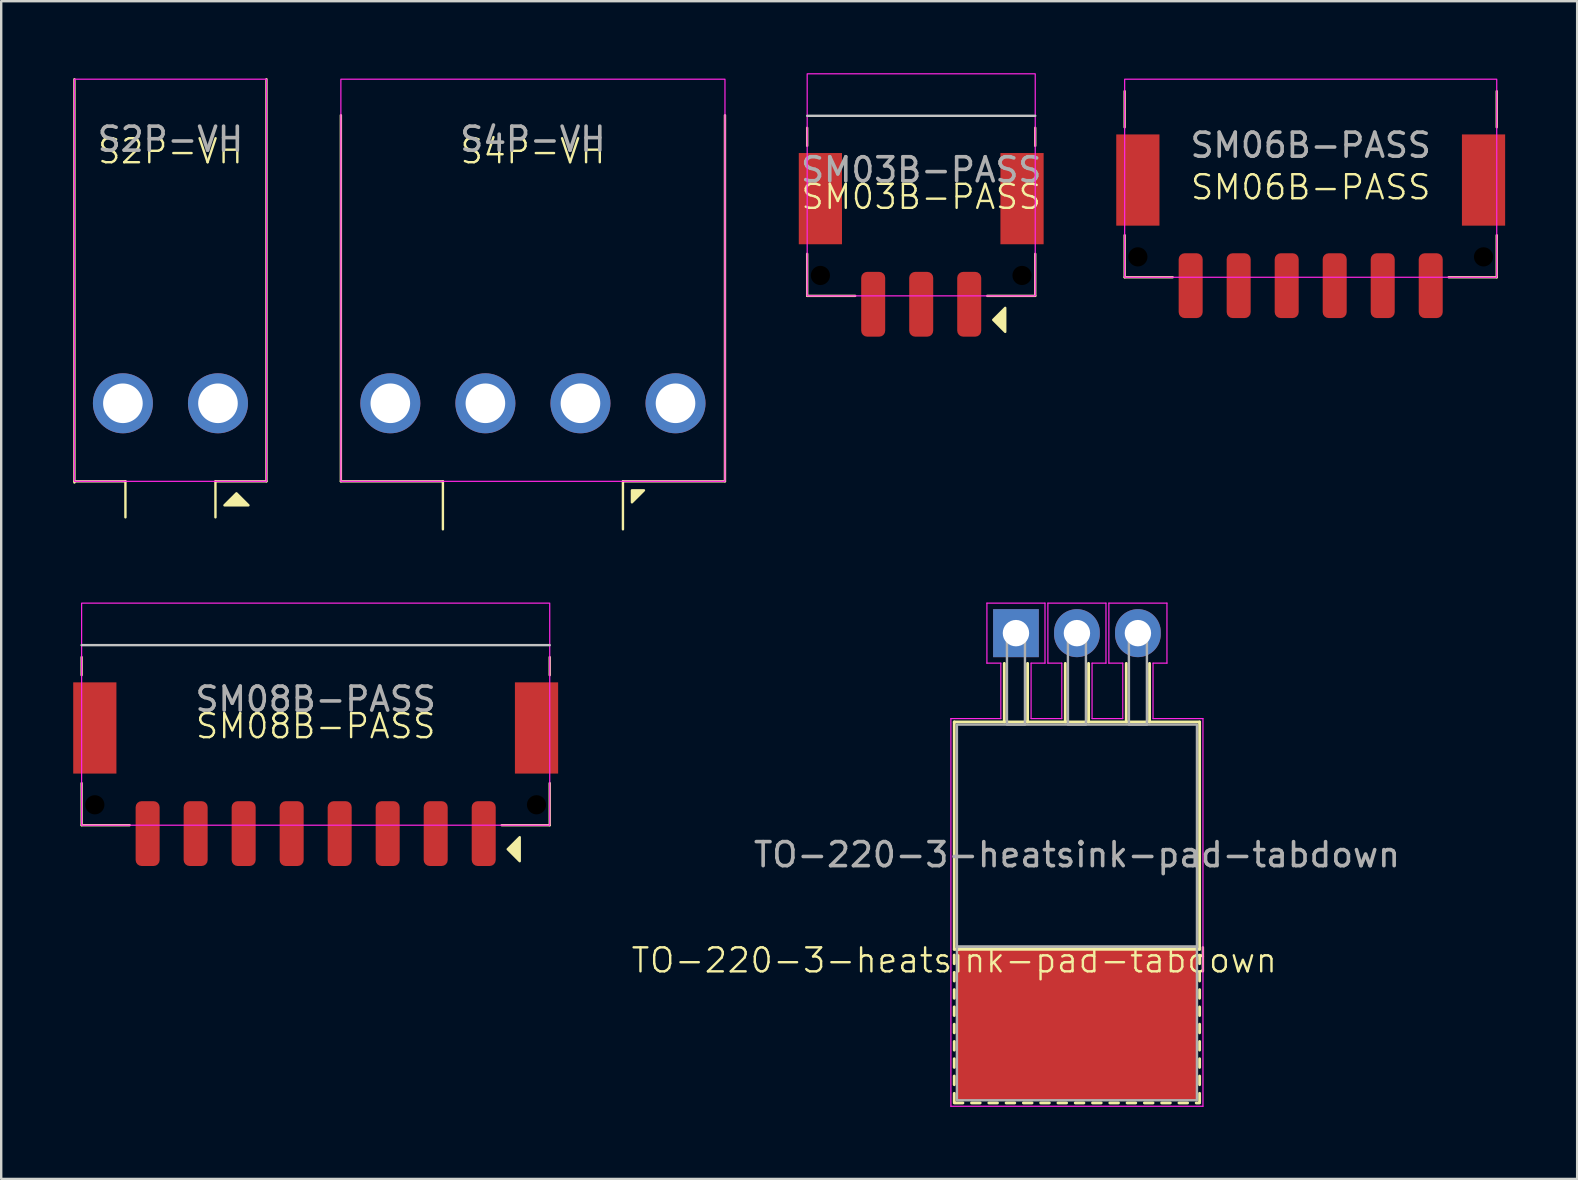
<source format=kicad_pcb>
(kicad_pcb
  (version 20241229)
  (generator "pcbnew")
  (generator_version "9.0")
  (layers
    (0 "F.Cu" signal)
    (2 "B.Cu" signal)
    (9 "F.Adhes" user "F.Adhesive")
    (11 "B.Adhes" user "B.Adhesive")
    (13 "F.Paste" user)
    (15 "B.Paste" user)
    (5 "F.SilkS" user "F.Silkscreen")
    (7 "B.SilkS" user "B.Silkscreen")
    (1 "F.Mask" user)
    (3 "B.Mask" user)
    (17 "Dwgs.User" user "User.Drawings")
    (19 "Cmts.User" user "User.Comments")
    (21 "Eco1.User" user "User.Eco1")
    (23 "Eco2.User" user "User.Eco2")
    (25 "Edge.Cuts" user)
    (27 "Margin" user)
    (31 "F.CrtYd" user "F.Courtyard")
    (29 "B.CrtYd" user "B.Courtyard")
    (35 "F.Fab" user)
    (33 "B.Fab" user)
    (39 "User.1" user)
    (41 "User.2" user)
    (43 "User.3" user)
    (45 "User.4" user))
  (footprint "SM08B-PASS"
    (layer "F.Cu")
    (at 10.1 23.825)
    (property "Reference" "SM08B-PASS" (at 0 3.375 0) (unlocked yes) (layer "F.SilkS") (effects (font (size 1 1) (thickness 0.1))))
    (attr smd)
    (fp_line (start -9.75 0.5) (end -9.75 1.25) (stroke (width 0.1) (type default)) (layer "F.SilkS"))
    (fp_line (start -9.75 5.75) (end -9.75 7.5) (stroke (width 0.1) (type default)) (layer "F.SilkS"))
    (fp_line (start -9.75 7.5) (end -7.75 7.5) (stroke (width 0.1) (type default)) (layer "F.SilkS"))
    (fp_line (start 9.75 0.5) (end 9.75 1.25) (stroke (width 0.1) (type default)) (layer "F.SilkS"))
    (fp_line (start 9.75 5.75) (end 9.75 7.5) (stroke (width 0.1) (type default)) (layer "F.SilkS"))
    (fp_line (start 9.75 7.5) (end 7.75 7.5) (stroke (width 0.1) (type default)) (layer "F.SilkS"))
    (fp_poly (pts (xy 8 8.5) (xy 8.5 9) (xy 8.5 8)) (stroke (width 0.1) (type solid)) (fill yes) (layer "F.SilkS"))
    (fp_line (start 9.75 0) (end -9.75 0) (stroke (width 0.1) (type default)) (layer "Dwgs.User"))
    (fp_rect (start -9.75 -1.75) (end 9.75 7.5) (stroke (width 0.05) (type default)) (fill no) (layer "F.CrtYd"))
    (fp_text user "${REFERENCE}" (at 0 2.25 0) (unlocked yes) (layer "F.Fab") (effects (font (size 1 1) (thickness 0.15))))
    (pad "" smd rect (at -9.2 3.45) (size 1.8 3.8) (layers "F.Cu" "F.Mask" "F.Paste"))
    (pad "" np_thru_hole circle (at -9.2 6.65) (size 0.8 0.8) (drill 0.8) (layers "*.Mask"))
    (pad "" smd rect (at 9.2 3.45) (size 1.8 3.8) (layers "F.Cu" "F.Mask" "F.Paste"))
    (pad "" np_thru_hole circle (at 9.2 6.65) (size 0.8 0.8) (drill 0.8) (layers "*.Mask"))
    (pad "1" smd roundrect (at 7 7.85) (size 1 2.7) (layers "F.Cu" "F.Mask" "F.Paste") (roundrect_rratio 0.25))
    (pad "2" smd roundrect (at 5 7.85) (size 1 2.7) (layers "F.Cu" "F.Mask" "F.Paste") (roundrect_rratio 0.25))
    (pad "3" smd roundrect (at 3 7.85) (size 1 2.7) (layers "F.Cu" "F.Mask" "F.Paste") (roundrect_rratio 0.25))
    (pad "4" smd roundrect (at 1 7.85) (size 1 2.7) (layers "F.Cu" "F.Mask" "F.Paste") (roundrect_rratio 0.25))
    (pad "5" smd roundrect (at -1 7.85) (size 1 2.7) (layers "F.Cu" "F.Mask" "F.Paste") (roundrect_rratio 0.25))
    (pad "6" smd roundrect (at -3 7.85) (size 1 2.7) (layers "F.Cu" "F.Mask" "F.Paste") (roundrect_rratio 0.25))
    (pad "7" smd roundrect (at -5 7.85) (size 1 2.7) (layers "F.Cu" "F.Mask" "F.Paste") (roundrect_rratio 0.25))
    (pad "8" smd roundrect (at -7 7.85) (size 1 2.7) (layers "F.Cu" "F.Mask" "F.Paste") (roundrect_rratio 0.25)))
  (footprint "S2P-VH"
    (layer "F.Cu")
    (at 4.05 0.25)
    (property "Reference" "S2P-VH" (at 0 3 0) (unlocked yes) (layer "F.SilkS") (effects (font (size 1 1) (thickness 0.1))))
    (attr smd)
    (fp_line (start -4 16.75) (end -1.875 16.75) (stroke (width 0.1) (type default)) (layer "F.SilkS"))
    (fp_line (start -4 16.8) (end -4 0) (stroke (width 0.1) (type default)) (layer "F.SilkS"))
    (fp_line (start -1.875 18.25) (end -1.875 16.75) (stroke (width 0.1) (type default)) (layer "F.SilkS"))
    (fp_line (start 1.875 16.75) (end 1.875 18.25) (stroke (width 0.1) (type default)) (layer "F.SilkS"))
    (fp_line (start 4 0) (end 4 16.75) (stroke (width 0.1) (type default)) (layer "F.SilkS"))
    (fp_line (start 4 16.75) (end 1.875 16.75) (stroke (width 0.1) (type default)) (layer "F.SilkS"))
    (fp_poly (pts (xy 2.75 17.25) (xy 2.25 17.75) (xy 3.25 17.75)) (stroke (width 0.1) (type solid)) (fill yes) (layer "F.SilkS"))
    (fp_rect (start -4 0) (end 4 16.75) (stroke (width 0.05) (type default)) (fill no) (layer "F.CrtYd"))
    (fp_text user "${REFERENCE}" (at 0 2.5 0) (unlocked yes) (layer "F.Fab") (effects (font (size 1 1) (thickness 0.15))))
    (pad "1" thru_hole circle (at 1.98 13.5) (size 2.5 2.5) (drill 1.65) (layers "*.Cu" "*.Mask"))
    (pad "2" thru_hole circle (at -1.98 13.5) (size 2.5 2.5) (drill 1.65) (layers "*.Cu" "*.Mask")))
  (footprint "S4P-VH"
    (layer "F.Cu")
    (at 19.15 0.25)
    (property "Reference" "S4P-VH" (at 0 3 0) (unlocked yes) (layer "F.SilkS") (effects (font (size 1 1) (thickness 0.1))))
    (attr smd)
    (fp_line (start -8 16.75) (end -8 1.5) (stroke (width 0.1) (type default)) (layer "F.SilkS"))
    (fp_line (start -8 16.75) (end -3.75 16.75) (stroke (width 0.1) (type default)) (layer "F.SilkS"))
    (fp_line (start -3.75 18.75) (end -3.75 16.75) (stroke (width 0.1) (type default)) (layer "F.SilkS"))
    (fp_line (start 3.75 16.75) (end 3.75 18.75) (stroke (width 0.1) (type default)) (layer "F.SilkS"))
    (fp_line (start 8 1.5) (end 8 16.75) (stroke (width 0.1) (type default)) (layer "F.SilkS"))
    (fp_line (start 8 16.75) (end 3.75 16.75) (stroke (width 0.1) (type default)) (layer "F.SilkS"))
    (fp_poly (pts (xy 4.125 17.125) (xy 4.125 17.625) (xy 4.625 17.125)) (stroke (width 0.1) (type solid)) (fill yes) (layer "F.SilkS"))
    (fp_rect (start -8 0) (end 8 16.75) (stroke (width 0.05) (type default)) (fill no) (layer "F.CrtYd"))
    (fp_text user "${REFERENCE}" (at 0 2.5 0) (unlocked yes) (layer "F.Fab") (effects (font (size 1 1) (thickness 0.15))))
    (pad "1" thru_hole circle (at 5.94 13.5) (size 2.5 2.5) (drill 1.65) (layers "*.Cu" "*.Mask"))
    (pad "2" thru_hole circle (at 1.98 13.5) (size 2.5 2.5) (drill 1.65) (layers "*.Cu" "*.Mask"))
    (pad "3" thru_hole circle (at -1.98 13.5) (size 2.5 2.5) (drill 1.65) (layers "*.Cu" "*.Mask"))
    (pad "4" thru_hole circle (at -5.94 13.5) (size 2.5 2.5) (drill 1.65) (layers "*.Cu" "*.Mask")))
  (footprint "SM06B-PASS"
    (layer "F.Cu")
    (at 51.55 0.25)
    (property "Reference" "SM06B-PASS" (at 0 4.5 0) (unlocked yes) (layer "F.SilkS") (effects (font (size 1 1) (thickness 0.1))))
    (attr smd)
    (fp_line (start -7.75 0.5) (end -7.75 2) (stroke (width 0.1) (type default)) (layer "F.SilkS"))
    (fp_line (start -7.75 6.5) (end -7.75 8.25) (stroke (width 0.1) (type default)) (layer "F.SilkS"))
    (fp_line (start -7.75 8.25) (end -5.75 8.25) (stroke (width 0.1) (type default)) (layer "F.SilkS"))
    (fp_line (start 7.75 0.5) (end 7.75 2) (stroke (width 0.1) (type default)) (layer "F.SilkS"))
    (fp_line (start 7.75 6.5) (end 7.75 8.25) (stroke (width 0.1) (type default)) (layer "F.SilkS"))
    (fp_line (start 7.75 8.25) (end 5.75 8.25) (stroke (width 0.1) (type default)) (layer "F.SilkS"))
    (fp_rect (start -7.75 0) (end 7.75 8.25) (stroke (width 0.05) (type solid)) (fill no) (layer "F.CrtYd"))
    (fp_text user "${REFERENCE}" (at 0 2.75 0) (unlocked yes) (layer "F.Fab") (effects (font (size 1 1) (thickness 0.15))))
    (pad "" smd rect (at -7.2 4.2) (size 1.8 3.8) (layers "F.Cu" "F.Mask" "F.Paste"))
    (pad "" np_thru_hole circle (at -7.2 7.4) (size 0.8 0.8) (drill 0.8) (layers "*.Mask"))
    (pad "" smd rect (at 7.2 4.2) (size 1.8 3.8) (layers "F.Cu" "F.Mask" "F.Paste"))
    (pad "" np_thru_hole circle (at 7.2 7.4) (size 0.8 0.8) (drill 0.8) (layers "*.Mask"))
    (pad "1" smd roundrect (at 5 8.6) (size 1 2.7) (layers "F.Cu" "F.Mask" "F.Paste") (roundrect_rratio 0.25))
    (pad "2" smd roundrect (at 3 8.6) (size 1 2.7) (layers "F.Cu" "F.Mask" "F.Paste") (roundrect_rratio 0.25))
    (pad "3" smd roundrect (at 1 8.6) (size 1 2.7) (layers "F.Cu" "F.Mask" "F.Paste") (roundrect_rratio 0.25))
    (pad "4" smd roundrect (at -1 8.6) (size 1 2.7) (layers "F.Cu" "F.Mask" "F.Paste") (roundrect_rratio 0.25))
    (pad "5" smd roundrect (at -3 8.6) (size 1 2.7) (layers "F.Cu" "F.Mask" "F.Paste") (roundrect_rratio 0.25))
    (pad "6" smd roundrect (at -5 8.6) (size 1 2.7) (layers "F.Cu" "F.Mask" "F.Paste") (roundrect_rratio 0.25)))
  (footprint "SM03B-PASS"
    (layer "F.Cu")
    (at 35.325 1.775)
    (property "Reference" "SM03B-PASS" (at 0 3.375 0) (unlocked yes) (layer "F.SilkS") (effects (font (size 1 1) (thickness 0.1))))
    (attr smd)
    (fp_line (start -4.75 0.5) (end -4.75 1.25) (stroke (width 0.1) (type default)) (layer "F.SilkS"))
    (fp_line (start -4.75 5.75) (end -4.75 7.5) (stroke (width 0.1) (type default)) (layer "F.SilkS"))
    (fp_line (start -4.75 7.5) (end -2.75 7.5) (stroke (width 0.1) (type default)) (layer "F.SilkS"))
    (fp_line (start 4.75 0.5) (end 4.75 1.25) (stroke (width 0.1) (type default)) (layer "F.SilkS"))
    (fp_line (start 4.75 5.75) (end 4.75 7.5) (stroke (width 0.1) (type default)) (layer "F.SilkS"))
    (fp_line (start 4.75 7.5) (end 2.75 7.5) (stroke (width 0.1) (type default)) (layer "F.SilkS"))
    (fp_poly (pts (xy 3 8.5) (xy 3.5 9) (xy 3.5 8)) (stroke (width 0.1) (type solid)) (fill yes) (layer "F.SilkS"))
    (fp_line (start 4.75 0) (end -4.75 0) (stroke (width 0.1) (type default)) (layer "Dwgs.User"))
    (fp_rect (start -4.75 -1.75) (end 4.75 7.5) (stroke (width 0.05) (type default)) (fill no) (layer "F.CrtYd"))
    (fp_text user "${REFERENCE}" (at 0 2.25 0) (unlocked yes) (layer "F.Fab") (effects (font (size 1 1) (thickness 0.15))))
    (pad "" smd rect (at -4.2 3.45) (size 1.8 3.8) (layers "F.Cu" "F.Mask" "F.Paste"))
    (pad "" np_thru_hole circle (at -4.2 6.65) (size 0.8 0.8) (drill 0.8) (layers "*.Mask"))
    (pad "" smd rect (at 4.2 3.45) (size 1.8 3.8) (layers "F.Cu" "F.Mask" "F.Paste"))
    (pad "" np_thru_hole circle (at 4.2 6.65) (size 0.8 0.8) (drill 0.8) (layers "*.Mask"))
    (pad "1" smd roundrect (at 2 7.85) (size 1 2.7) (layers "F.Cu" "F.Mask" "F.Paste") (roundrect_rratio 0.25))
    (pad "2" smd roundrect (at 0 7.85) (size 1 2.7) (layers "F.Cu" "F.Mask" "F.Paste") (roundrect_rratio 0.25))
    (pad "3" smd roundrect (at -2 7.85) (size 1 2.7) (layers "F.Cu" "F.Mask" "F.Paste") (roundrect_rratio 0.25)))
  (footprint "TO-220-3-heatsink-pad-tabdown"
    (layer "F.Cu")
    (at 36.702 37.455)
    (property "Reference" "TO-220-3-heatsink-pad-tabdown" (at 0 -0.5 0) (unlocked yes) (layer "F.SilkS") (effects (font (size 1 1) (thickness 0.1))))
    (attr through_hole)
    (fp_line (start 0 -10.43) (end 0 -0.96) (stroke (width 0.12) (type solid)) (layer "F.SilkS"))
    (fp_line (start 0 -10.43) (end 10.22 -10.43) (stroke (width 0.12) (type solid)) (layer "F.SilkS"))
    (fp_line (start 0 -0.96) (end 10.22 -0.96) (stroke (width 0.12) (type solid)) (layer "F.SilkS"))
    (fp_line (start 0 -0.72) (end 0 -0.36) (stroke (width 0.12) (type solid)) (layer "F.SilkS"))
    (fp_line (start 0 0) (end 0 0.36) (stroke (width 0.12) (type solid)) (layer "F.SilkS"))
    (fp_line (start 0 0.72) (end 0 1.08) (stroke (width 0.12) (type solid)) (layer "F.SilkS"))
    (fp_line (start 0 1.44) (end 0 1.8) (stroke (width 0.12) (type solid)) (layer "F.SilkS"))
    (fp_line (start 0 2.16) (end 0 2.52) (stroke (width 0.12) (type solid)) (layer "F.SilkS"))
    (fp_line (start 0 2.88) (end 0 3.24) (stroke (width 0.12) (type solid)) (layer "F.SilkS"))
    (fp_line (start 0 3.6) (end 0 3.96) (stroke (width 0.12) (type solid)) (layer "F.SilkS"))
    (fp_line (start 0 4.32) (end 0 4.68) (stroke (width 0.12) (type solid)) (layer "F.SilkS"))
    (fp_line (start 0 5.04) (end 0 5.4) (stroke (width 0.12) (type solid)) (layer "F.SilkS"))
    (fp_line (start 0 5.44) (end 0.36 5.44) (stroke (width 0.12) (type solid)) (layer "F.SilkS"))
    (fp_line (start 0.72 5.44) (end 1.08 5.44) (stroke (width 0.12) (type solid)) (layer "F.SilkS"))
    (fp_line (start 1.44 5.44) (end 1.8 5.44) (stroke (width 0.12) (type solid)) (layer "F.SilkS"))
    (fp_line (start 2.085 -10.43) (end 2.085 -12.87) (stroke (width 0.12) (type solid)) (layer "F.SilkS"))
    (fp_line (start 2.16 5.44) (end 2.52 5.44) (stroke (width 0.12) (type solid)) (layer "F.SilkS"))
    (fp_line (start 2.88 5.44) (end 3.24 5.44) (stroke (width 0.12) (type solid)) (layer "F.SilkS"))
    (fp_line (start 3.055 -10.43) (end 3.055 -12.87) (stroke (width 0.12) (type solid)) (layer "F.SilkS"))
    (fp_line (start 3.6 5.44) (end 3.96 5.44) (stroke (width 0.12) (type solid)) (layer "F.SilkS"))
    (fp_line (start 4.32 5.44) (end 4.68 5.44) (stroke (width 0.12) (type solid)) (layer "F.SilkS"))
    (fp_line (start 4.625 -10.43) (end 4.625 -12.87) (stroke (width 0.12) (type solid)) (layer "F.SilkS"))
    (fp_line (start 5.04 5.44) (end 5.4 5.44) (stroke (width 0.12) (type solid)) (layer "F.SilkS"))
    (fp_line (start 5.595 -10.43) (end 5.595 -12.87) (stroke (width 0.12) (type solid)) (layer "F.SilkS"))
    (fp_line (start 5.76 5.44) (end 6.12 5.44) (stroke (width 0.12) (type solid)) (layer "F.SilkS"))
    (fp_line (start 6.48 5.44) (end 6.84 5.44) (stroke (width 0.12) (type solid)) (layer "F.SilkS"))
    (fp_line (start 7.165 -10.43) (end 7.165 -12.87) (stroke (width 0.12) (type solid)) (layer "F.SilkS"))
    (fp_line (start 7.2 5.44) (end 7.56 5.44) (stroke (width 0.12) (type solid)) (layer "F.SilkS"))
    (fp_line (start 7.92 5.44) (end 8.28 5.44) (stroke (width 0.12) (type solid)) (layer "F.SilkS"))
    (fp_line (start 8.135 -10.43) (end 8.135 -12.87) (stroke (width 0.12) (type solid)) (layer "F.SilkS"))
    (fp_line (start 8.64 5.44) (end 9 5.44) (stroke (width 0.12) (type solid)) (layer "F.SilkS"))
    (fp_line (start 9.36 5.44) (end 9.72 5.44) (stroke (width 0.12) (type solid)) (layer "F.SilkS"))
    (fp_line (start 10.08 5.44) (end 10.22 5.44) (stroke (width 0.12) (type solid)) (layer "F.SilkS"))
    (fp_line (start 10.22 -10.43) (end 10.22 -0.96) (stroke (width 0.12) (type solid)) (layer "F.SilkS"))
    (fp_line (start 10.22 -0.72) (end 10.22 -0.36) (stroke (width 0.12) (type solid)) (layer "F.SilkS"))
    (fp_line (start 10.22 0) (end 10.22 0.36) (stroke (width 0.12) (type solid)) (layer "F.SilkS"))
    (fp_line (start 10.22 0.72) (end 10.22 1.08) (stroke (width 0.12) (type solid)) (layer "F.SilkS"))
    (fp_line (start 10.22 1.44) (end 10.22 1.8) (stroke (width 0.12) (type solid)) (layer "F.SilkS"))
    (fp_line (start 10.22 2.16) (end 10.22 2.52) (stroke (width 0.12) (type solid)) (layer "F.SilkS"))
    (fp_line (start 10.22 2.88) (end 10.22 3.24) (stroke (width 0.12) (type solid)) (layer "F.SilkS"))
    (fp_line (start 10.22 3.6) (end 10.22 3.96) (stroke (width 0.12) (type solid)) (layer "F.SilkS"))
    (fp_line (start 10.22 4.32) (end 10.22 4.68) (stroke (width 0.12) (type solid)) (layer "F.SilkS"))
    (fp_line (start 10.22 5.04) (end 10.22 5.4) (stroke (width 0.12) (type solid)) (layer "F.SilkS"))
    (fp_line (start -0.14 -10.57) (end 1.94 -10.57) (stroke (width 0.05) (type solid)) (layer "F.CrtYd"))
    (fp_line (start -0.14 5.58) (end -0.14 -10.57) (stroke (width 0.05) (type solid)) (layer "F.CrtYd"))
    (fp_line (start 1.36 -15.38) (end 3.78 -15.38) (stroke (width 0.05) (type solid)) (layer "F.CrtYd"))
    (fp_line (start 1.36 -12.88) (end 1.36 -15.38) (stroke (width 0.05) (type solid)) (layer "F.CrtYd"))
    (fp_line (start 1.94 -12.88) (end 1.36 -12.88) (stroke (width 0.05) (type solid)) (layer "F.CrtYd"))
    (fp_line (start 1.94 -10.57) (end 1.94 -12.88) (stroke (width 0.05) (type solid)) (layer "F.CrtYd"))
    (fp_line (start 3.2 -12.88) (end 3.2 -10.57) (stroke (width 0.05) (type solid)) (layer "F.CrtYd"))
    (fp_line (start 3.2 -10.57) (end 4.48 -10.57) (stroke (width 0.05) (type solid)) (layer "F.CrtYd"))
    (fp_line (start 3.78 -15.38) (end 3.78 -12.88) (stroke (width 0.05) (type solid)) (layer "F.CrtYd"))
    (fp_line (start 3.78 -12.88) (end 3.2 -12.88) (stroke (width 0.05) (type solid)) (layer "F.CrtYd"))
    (fp_line (start 3.9 -15.38) (end 6.32 -15.38) (stroke (width 0.05) (type solid)) (layer "F.CrtYd"))
    (fp_line (start 3.9 -12.88) (end 3.9 -15.38) (stroke (width 0.05) (type solid)) (layer "F.CrtYd"))
    (fp_line (start 4.48 -12.88) (end 3.9 -12.88) (stroke (width 0.05) (type solid)) (layer "F.CrtYd"))
    (fp_line (start 4.48 -10.57) (end 4.48 -12.88) (stroke (width 0.05) (type solid)) (layer "F.CrtYd"))
    (fp_line (start 5.74 -12.88) (end 5.74 -10.57) (stroke (width 0.05) (type solid)) (layer "F.CrtYd"))
    (fp_line (start 5.74 -10.57) (end 7.02 -10.57) (stroke (width 0.05) (type solid)) (layer "F.CrtYd"))
    (fp_line (start 6.32 -15.38) (end 6.32 -12.88) (stroke (width 0.05) (type solid)) (layer "F.CrtYd"))
    (fp_line (start 6.32 -12.88) (end 5.74 -12.88) (stroke (width 0.05) (type solid)) (layer "F.CrtYd"))
    (fp_line (start 6.44 -15.38) (end 8.86 -15.38) (stroke (width 0.05) (type solid)) (layer "F.CrtYd"))
    (fp_line (start 6.44 -12.88) (end 6.44 -15.38) (stroke (width 0.05) (type solid)) (layer "F.CrtYd"))
    (fp_line (start 7.02 -12.88) (end 6.44 -12.88) (stroke (width 0.05) (type solid)) (layer "F.CrtYd"))
    (fp_line (start 7.02 -10.57) (end 7.02 -12.88) (stroke (width 0.05) (type solid)) (layer "F.CrtYd"))
    (fp_line (start 8.28 -12.88) (end 8.28 -10.57) (stroke (width 0.05) (type solid)) (layer "F.CrtYd"))
    (fp_line (start 8.28 -10.57) (end 10.36 -10.57) (stroke (width 0.05) (type solid)) (layer "F.CrtYd"))
    (fp_line (start 8.86 -15.38) (end 8.86 -12.88) (stroke (width 0.05) (type solid)) (layer "F.CrtYd"))
    (fp_line (start 8.86 -12.88) (end 8.28 -12.88) (stroke (width 0.05) (type solid)) (layer "F.CrtYd"))
    (fp_line (start 10.36 -10.57) (end 10.36 5.58) (stroke (width 0.05) (type solid)) (layer "F.CrtYd"))
    (fp_line (start 10.36 5.58) (end -0.14 5.58) (stroke (width 0.05) (type solid)) (layer "F.CrtYd"))
    (fp_rect (start 0.11 -10.32) (end 10.11 -1.07) (stroke (width 0.1) (type solid)) (fill no) (layer "F.Fab"))
    (fp_rect (start 0.11 -1.07) (end 10.11 5.33) (stroke (width 0.1) (type solid)) (fill no) (layer "F.Fab"))
    (fp_rect (start 2.195 -14.13) (end 2.945 -10.32) (stroke (width 0.1) (type solid)) (fill no) (layer "F.Fab"))
    (fp_rect (start 4.735 -14.13) (end 5.485 -10.32) (stroke (width 0.1) (type solid)) (fill no) (layer "F.Fab"))
    (fp_rect (start 7.275 -14.13) (end 8.025 -10.32) (stroke (width 0.1) (type solid)) (fill no) (layer "F.Fab"))
    (fp_text user "${REFERENCE}" (at 5.11 -4.9 180) (layer "F.Fab") (effects (font (size 1 1) (thickness 0.15))))
    (pad "1" thru_hole oval (at 7.65 -14.13) (size 1.905 2) (drill 1.1) (layers "*.Cu" "*.Mask"))
    (pad "2" thru_hole oval (at 5.11 -14.13) (size 1.905 2) (drill 1.1) (layers "*.Cu" "*.Mask"))
    (pad "3" thru_hole rect (at 2.57 -14.13) (size 1.905 2) (drill 1.1) (layers "*.Cu" "*.Mask"))
    (pad "4" smd rect (at 5.11 2.13) (size 10 6.4) (layers "F.Cu" "F.Mask" "F.Paste")))
  (gr_rect
    (start -3 -3)
    (end 62.65 46.06)
    (stroke (width 0.1) (type default))
    (fill no)
    (layer "Edge.Cuts")))
</source>
